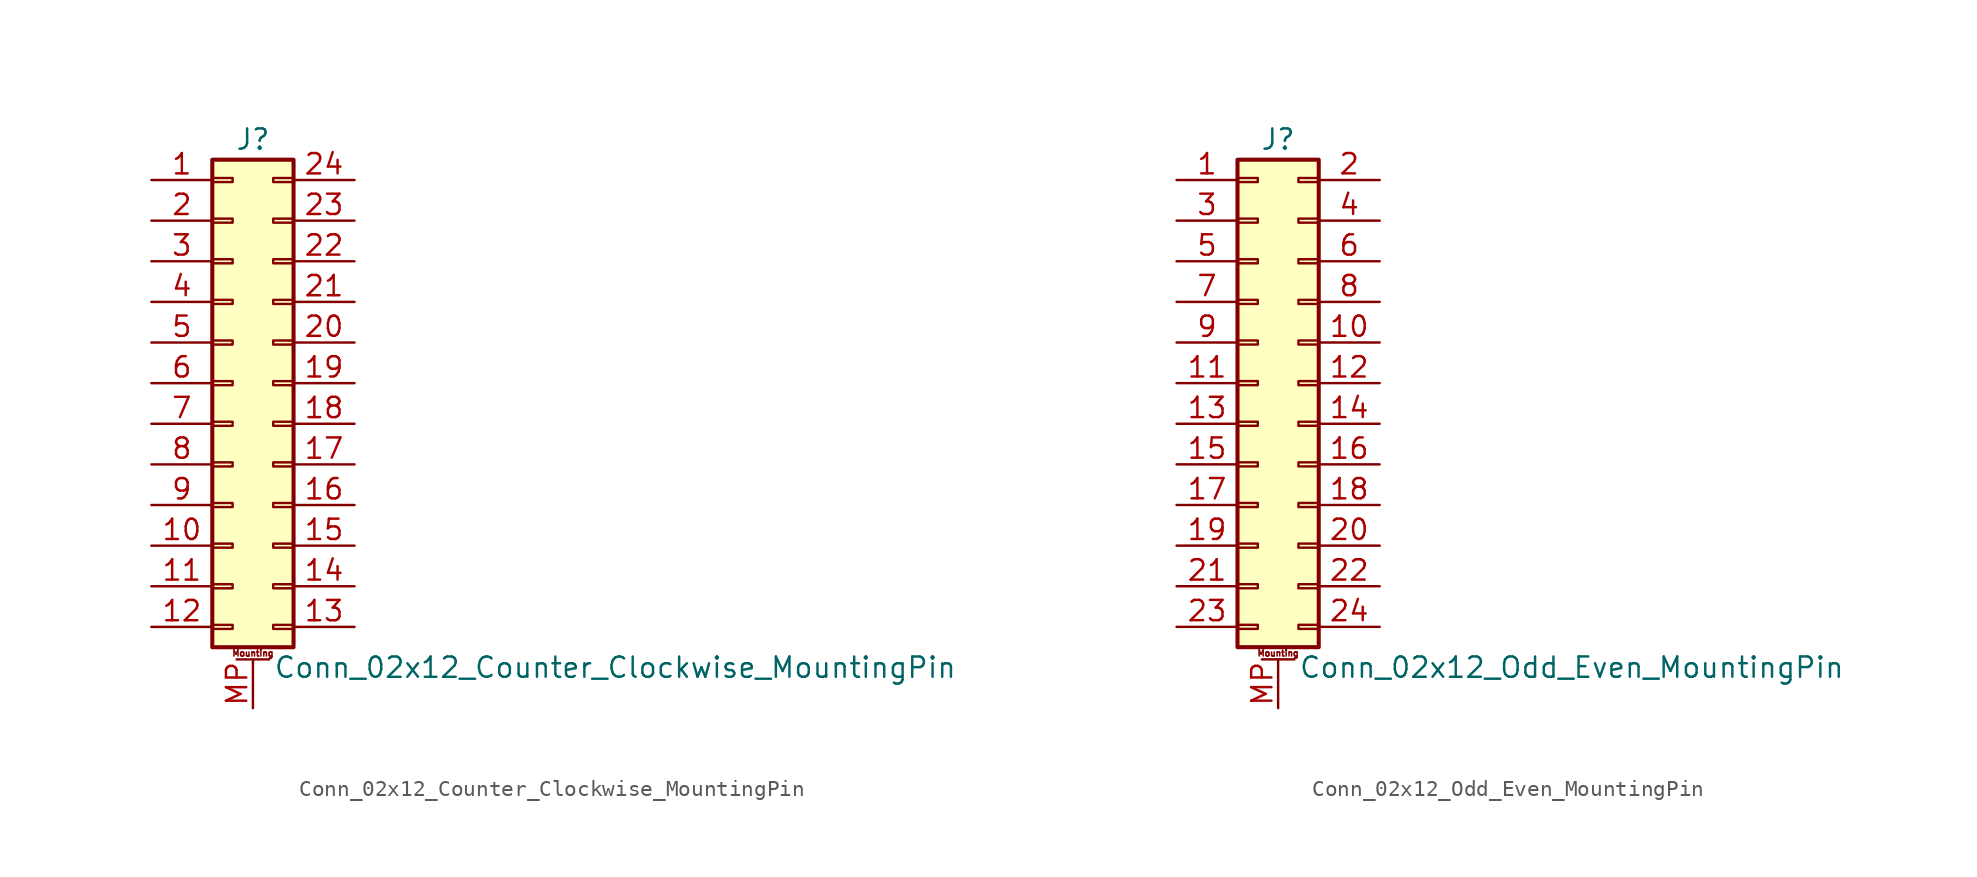
<source format=kicad_sym>
(kicad_symbol_lib
  (version 20201005)
  (generator kicad_symbol_editor)
  (symbol "Conn_02x12_Counter_Clockwise_MountingPin"
    (pin_names
      (offset 1.016) hide)
    (property "Reference" "J"
      (at 1.27 15.24 0)
      (effects (font (size 1.27 1.27))))
    (property "Value" "Conn_02x12_Counter_Clockwise_MountingPin"
      (at 2.54 -17.78 0)
      (effects (font (size 1.27 1.27)) (justify left)))
    (symbol "Conn_02x12_Counter_Clockwise_MountingPin_1_1"
      (text "Mounting" (at 1.27 -16.891 0) (effects (font (size 0.381 0.381))))
      (rectangle (start -1.27 -15.113) (end 0 -15.367) (stroke (width 0.152)) (fill (type none)))
      (rectangle (start -1.27 -12.573) (end 0 -12.827) (stroke (width 0.152)) (fill (type none)))
      (rectangle (start -1.27 -10.033) (end 0 -10.287) (stroke (width 0.152)) (fill (type none)))
      (rectangle (start -1.27 -7.493) (end 0 -7.747) (stroke (width 0.152)) (fill (type none)))
      (rectangle (start -1.27 -4.953) (end 0 -5.207) (stroke (width 0.152)) (fill (type none)))
      (rectangle (start -1.27 -2.413) (end 0 -2.667) (stroke (width 0.152)) (fill (type none)))
      (rectangle (start -1.27 0.127) (end 0 -0.127) (stroke (width 0.152)) (fill (type none)))
      (rectangle (start -1.27 2.667) (end 0 2.413) (stroke (width 0.152)) (fill (type none)))
      (rectangle (start -1.27 5.207) (end 0 4.953) (stroke (width 0.152)) (fill (type none)))
      (rectangle (start -1.27 7.747) (end 0 7.493) (stroke (width 0.152)) (fill (type none)))
      (rectangle (start -1.27 10.287) (end 0 10.033) (stroke (width 0.152)) (fill (type none)))
      (rectangle (start -1.27 12.827) (end 0 12.573) (stroke (width 0.152)) (fill (type none)))
      (rectangle (start 3.81 -15.113) (end 2.54 -15.367) (stroke (width 0.152)) (fill (type none)))
      (rectangle (start 3.81 -12.573) (end 2.54 -12.827) (stroke (width 0.152)) (fill (type none)))
      (rectangle (start 3.81 -10.033) (end 2.54 -10.287) (stroke (width 0.152)) (fill (type none)))
      (rectangle (start 3.81 -7.493) (end 2.54 -7.747) (stroke (width 0.152)) (fill (type none)))
      (rectangle (start 3.81 -4.953) (end 2.54 -5.207) (stroke (width 0.152)) (fill (type none)))
      (rectangle (start 3.81 -2.413) (end 2.54 -2.667) (stroke (width 0.152)) (fill (type none)))
      (rectangle (start 3.81 0.127) (end 2.54 -0.127) (stroke (width 0.152)) (fill (type none)))
      (rectangle (start 3.81 2.667) (end 2.54 2.413) (stroke (width 0.152)) (fill (type none)))
      (rectangle (start 3.81 5.207) (end 2.54 4.953) (stroke (width 0.152)) (fill (type none)))
      (rectangle (start 3.81 7.747) (end 2.54 7.493) (stroke (width 0.152)) (fill (type none)))
      (rectangle (start 3.81 10.287) (end 2.54 10.033) (stroke (width 0.152)) (fill (type none)))
      (rectangle (start 3.81 12.827) (end 2.54 12.573) (stroke (width 0.152)) (fill (type none)))
      (rectangle (start -1.27 13.97) (end 3.81 -16.51) (stroke (width 0.254)) (fill (type background)))
      (polyline (pts (xy 0.254 -17.272) (xy 2.286 -17.272)) (stroke (width 0.152)) (fill (type none)))
      (pin passive line (at -5.08 12.7 0) (length 3.81) (name "Pin_1" (effects (font (size 1.27 1.27)))) (number "1" (effects (font (size 1.27 1.27)))))
      (pin passive line (at -5.08 -10.16 0) (length 3.81) (name "Pin_10" (effects (font (size 1.27 1.27)))) (number "10" (effects (font (size 1.27 1.27)))))
      (pin passive line (at -5.08 -12.7 0) (length 3.81) (name "Pin_11" (effects (font (size 1.27 1.27)))) (number "11" (effects (font (size 1.27 1.27)))))
      (pin passive line (at -5.08 -15.24 0) (length 3.81) (name "Pin_12" (effects (font (size 1.27 1.27)))) (number "12" (effects (font (size 1.27 1.27)))))
      (pin passive line (at 7.62 -15.24 180) (length 3.81) (name "Pin_13" (effects (font (size 1.27 1.27)))) (number "13" (effects (font (size 1.27 1.27)))))
      (pin passive line (at 7.62 -12.7 180) (length 3.81) (name "Pin_14" (effects (font (size 1.27 1.27)))) (number "14" (effects (font (size 1.27 1.27)))))
      (pin passive line (at 7.62 -10.16 180) (length 3.81) (name "Pin_15" (effects (font (size 1.27 1.27)))) (number "15" (effects (font (size 1.27 1.27)))))
      (pin passive line (at 7.62 -7.62 180) (length 3.81) (name "Pin_16" (effects (font (size 1.27 1.27)))) (number "16" (effects (font (size 1.27 1.27)))))
      (pin passive line (at 7.62 -5.08 180) (length 3.81) (name "Pin_17" (effects (font (size 1.27 1.27)))) (number "17" (effects (font (size 1.27 1.27)))))
      (pin passive line (at 7.62 -2.54 180) (length 3.81) (name "Pin_18" (effects (font (size 1.27 1.27)))) (number "18" (effects (font (size 1.27 1.27)))))
      (pin passive line (at 7.62 0 180) (length 3.81) (name "Pin_19" (effects (font (size 1.27 1.27)))) (number "19" (effects (font (size 1.27 1.27)))))
      (pin passive line (at -5.08 10.16 0) (length 3.81) (name "Pin_2" (effects (font (size 1.27 1.27)))) (number "2" (effects (font (size 1.27 1.27)))))
      (pin passive line (at 7.62 2.54 180) (length 3.81) (name "Pin_20" (effects (font (size 1.27 1.27)))) (number "20" (effects (font (size 1.27 1.27)))))
      (pin passive line (at 7.62 5.08 180) (length 3.81) (name "Pin_21" (effects (font (size 1.27 1.27)))) (number "21" (effects (font (size 1.27 1.27)))))
      (pin passive line (at 7.62 7.62 180) (length 3.81) (name "Pin_22" (effects (font (size 1.27 1.27)))) (number "22" (effects (font (size 1.27 1.27)))))
      (pin passive line (at 7.62 10.16 180) (length 3.81) (name "Pin_23" (effects (font (size 1.27 1.27)))) (number "23" (effects (font (size 1.27 1.27)))))
      (pin passive line (at 7.62 12.7 180) (length 3.81) (name "Pin_24" (effects (font (size 1.27 1.27)))) (number "24" (effects (font (size 1.27 1.27)))))
      (pin passive line (at -5.08 7.62 0) (length 3.81) (name "Pin_3" (effects (font (size 1.27 1.27)))) (number "3" (effects (font (size 1.27 1.27)))))
      (pin passive line (at -5.08 5.08 0) (length 3.81) (name "Pin_4" (effects (font (size 1.27 1.27)))) (number "4" (effects (font (size 1.27 1.27)))))
      (pin passive line (at -5.08 2.54 0) (length 3.81) (name "Pin_5" (effects (font (size 1.27 1.27)))) (number "5" (effects (font (size 1.27 1.27)))))
      (pin passive line (at -5.08 0 0) (length 3.81) (name "Pin_6" (effects (font (size 1.27 1.27)))) (number "6" (effects (font (size 1.27 1.27)))))
      (pin passive line (at -5.08 -2.54 0) (length 3.81) (name "Pin_7" (effects (font (size 1.27 1.27)))) (number "7" (effects (font (size 1.27 1.27)))))
      (pin passive line (at -5.08 -5.08 0) (length 3.81) (name "Pin_8" (effects (font (size 1.27 1.27)))) (number "8" (effects (font (size 1.27 1.27)))))
      (pin passive line (at -5.08 -7.62 0) (length 3.81) (name "Pin_9" (effects (font (size 1.27 1.27)))) (number "9" (effects (font (size 1.27 1.27)))))
      (pin passive line (at 1.27 -20.32 90) (length 3.048) (name "MountPin" (effects (font (size 1.27 1.27)))) (number "MP" (effects (font (size 1.27 1.27)))))))
  (symbol "Conn_02x12_Odd_Even_MountingPin"
    (pin_names
      (offset 1.016) hide)
    (property "Reference" "J"
      (at 1.27 15.24 0)
      (effects (font (size 1.27 1.27))))
    (property "Value" "Conn_02x12_Odd_Even_MountingPin"
      (at 2.54 -17.78 0)
      (effects (font (size 1.27 1.27)) (justify left)))
    (symbol "Conn_02x12_Odd_Even_MountingPin_1_1"
      (text "Mounting" (at 1.27 -16.891 0) (effects (font (size 0.381 0.381))))
      (rectangle (start -1.27 -15.113) (end 0 -15.367) (stroke (width 0.152)) (fill (type none)))
      (rectangle (start -1.27 -12.573) (end 0 -12.827) (stroke (width 0.152)) (fill (type none)))
      (rectangle (start -1.27 -10.033) (end 0 -10.287) (stroke (width 0.152)) (fill (type none)))
      (rectangle (start -1.27 -7.493) (end 0 -7.747) (stroke (width 0.152)) (fill (type none)))
      (rectangle (start -1.27 -4.953) (end 0 -5.207) (stroke (width 0.152)) (fill (type none)))
      (rectangle (start -1.27 -2.413) (end 0 -2.667) (stroke (width 0.152)) (fill (type none)))
      (rectangle (start -1.27 0.127) (end 0 -0.127) (stroke (width 0.152)) (fill (type none)))
      (rectangle (start -1.27 2.667) (end 0 2.413) (stroke (width 0.152)) (fill (type none)))
      (rectangle (start -1.27 5.207) (end 0 4.953) (stroke (width 0.152)) (fill (type none)))
      (rectangle (start -1.27 7.747) (end 0 7.493) (stroke (width 0.152)) (fill (type none)))
      (rectangle (start -1.27 10.287) (end 0 10.033) (stroke (width 0.152)) (fill (type none)))
      (rectangle (start -1.27 12.827) (end 0 12.573) (stroke (width 0.152)) (fill (type none)))
      (rectangle (start 3.81 -15.113) (end 2.54 -15.367) (stroke (width 0.152)) (fill (type none)))
      (rectangle (start 3.81 -12.573) (end 2.54 -12.827) (stroke (width 0.152)) (fill (type none)))
      (rectangle (start 3.81 -10.033) (end 2.54 -10.287) (stroke (width 0.152)) (fill (type none)))
      (rectangle (start 3.81 -7.493) (end 2.54 -7.747) (stroke (width 0.152)) (fill (type none)))
      (rectangle (start 3.81 -4.953) (end 2.54 -5.207) (stroke (width 0.152)) (fill (type none)))
      (rectangle (start 3.81 -2.413) (end 2.54 -2.667) (stroke (width 0.152)) (fill (type none)))
      (rectangle (start 3.81 0.127) (end 2.54 -0.127) (stroke (width 0.152)) (fill (type none)))
      (rectangle (start 3.81 2.667) (end 2.54 2.413) (stroke (width 0.152)) (fill (type none)))
      (rectangle (start 3.81 5.207) (end 2.54 4.953) (stroke (width 0.152)) (fill (type none)))
      (rectangle (start 3.81 7.747) (end 2.54 7.493) (stroke (width 0.152)) (fill (type none)))
      (rectangle (start 3.81 10.287) (end 2.54 10.033) (stroke (width 0.152)) (fill (type none)))
      (rectangle (start 3.81 12.827) (end 2.54 12.573) (stroke (width 0.152)) (fill (type none)))
      (rectangle (start -1.27 13.97) (end 3.81 -16.51) (stroke (width 0.254)) (fill (type background)))
      (polyline (pts (xy 0.254 -17.272) (xy 2.286 -17.272)) (stroke (width 0.152)) (fill (type none)))
      (pin passive line (at -5.08 12.7 0) (length 3.81) (name "Pin_1" (effects (font (size 1.27 1.27)))) (number "1" (effects (font (size 1.27 1.27)))))
      (pin passive line (at 7.62 2.54 180) (length 3.81) (name "Pin_10" (effects (font (size 1.27 1.27)))) (number "10" (effects (font (size 1.27 1.27)))))
      (pin passive line (at -5.08 0 0) (length 3.81) (name "Pin_11" (effects (font (size 1.27 1.27)))) (number "11" (effects (font (size 1.27 1.27)))))
      (pin passive line (at 7.62 0 180) (length 3.81) (name "Pin_12" (effects (font (size 1.27 1.27)))) (number "12" (effects (font (size 1.27 1.27)))))
      (pin passive line (at -5.08 -2.54 0) (length 3.81) (name "Pin_13" (effects (font (size 1.27 1.27)))) (number "13" (effects (font (size 1.27 1.27)))))
      (pin passive line (at 7.62 -2.54 180) (length 3.81) (name "Pin_14" (effects (font (size 1.27 1.27)))) (number "14" (effects (font (size 1.27 1.27)))))
      (pin passive line (at -5.08 -5.08 0) (length 3.81) (name "Pin_15" (effects (font (size 1.27 1.27)))) (number "15" (effects (font (size 1.27 1.27)))))
      (pin passive line (at 7.62 -5.08 180) (length 3.81) (name "Pin_16" (effects (font (size 1.27 1.27)))) (number "16" (effects (font (size 1.27 1.27)))))
      (pin passive line (at -5.08 -7.62 0) (length 3.81) (name "Pin_17" (effects (font (size 1.27 1.27)))) (number "17" (effects (font (size 1.27 1.27)))))
      (pin passive line (at 7.62 -7.62 180) (length 3.81) (name "Pin_18" (effects (font (size 1.27 1.27)))) (number "18" (effects (font (size 1.27 1.27)))))
      (pin passive line (at -5.08 -10.16 0) (length 3.81) (name "Pin_19" (effects (font (size 1.27 1.27)))) (number "19" (effects (font (size 1.27 1.27)))))
      (pin passive line (at 7.62 12.7 180) (length 3.81) (name "Pin_2" (effects (font (size 1.27 1.27)))) (number "2" (effects (font (size 1.27 1.27)))))
      (pin passive line (at 7.62 -10.16 180) (length 3.81) (name "Pin_20" (effects (font (size 1.27 1.27)))) (number "20" (effects (font (size 1.27 1.27)))))
      (pin passive line (at -5.08 -12.7 0) (length 3.81) (name "Pin_21" (effects (font (size 1.27 1.27)))) (number "21" (effects (font (size 1.27 1.27)))))
      (pin passive line (at 7.62 -12.7 180) (length 3.81) (name "Pin_22" (effects (font (size 1.27 1.27)))) (number "22" (effects (font (size 1.27 1.27)))))
      (pin passive line (at -5.08 -15.24 0) (length 3.81) (name "Pin_23" (effects (font (size 1.27 1.27)))) (number "23" (effects (font (size 1.27 1.27)))))
      (pin passive line (at 7.62 -15.24 180) (length 3.81) (name "Pin_24" (effects (font (size 1.27 1.27)))) (number "24" (effects (font (size 1.27 1.27)))))
      (pin passive line (at -5.08 10.16 0) (length 3.81) (name "Pin_3" (effects (font (size 1.27 1.27)))) (number "3" (effects (font (size 1.27 1.27)))))
      (pin passive line (at 7.62 10.16 180) (length 3.81) (name "Pin_4" (effects (font (size 1.27 1.27)))) (number "4" (effects (font (size 1.27 1.27)))))
      (pin passive line (at -5.08 7.62 0) (length 3.81) (name "Pin_5" (effects (font (size 1.27 1.27)))) (number "5" (effects (font (size 1.27 1.27)))))
      (pin passive line (at 7.62 7.62 180) (length 3.81) (name "Pin_6" (effects (font (size 1.27 1.27)))) (number "6" (effects (font (size 1.27 1.27)))))
      (pin passive line (at -5.08 5.08 0) (length 3.81) (name "Pin_7" (effects (font (size 1.27 1.27)))) (number "7" (effects (font (size 1.27 1.27)))))
      (pin passive line (at 7.62 5.08 180) (length 3.81) (name "Pin_8" (effects (font (size 1.27 1.27)))) (number "8" (effects (font (size 1.27 1.27)))))
      (pin passive line (at -5.08 2.54 0) (length 3.81) (name "Pin_9" (effects (font (size 1.27 1.27)))) (number "9" (effects (font (size 1.27 1.27)))))
      (pin passive line (at 1.27 -20.32 90) (length 3.048) (name "MountPin" (effects (font (size 1.27 1.27)))) (number "MP" (effects (font (size 1.27 1.27))))))))
</source>
